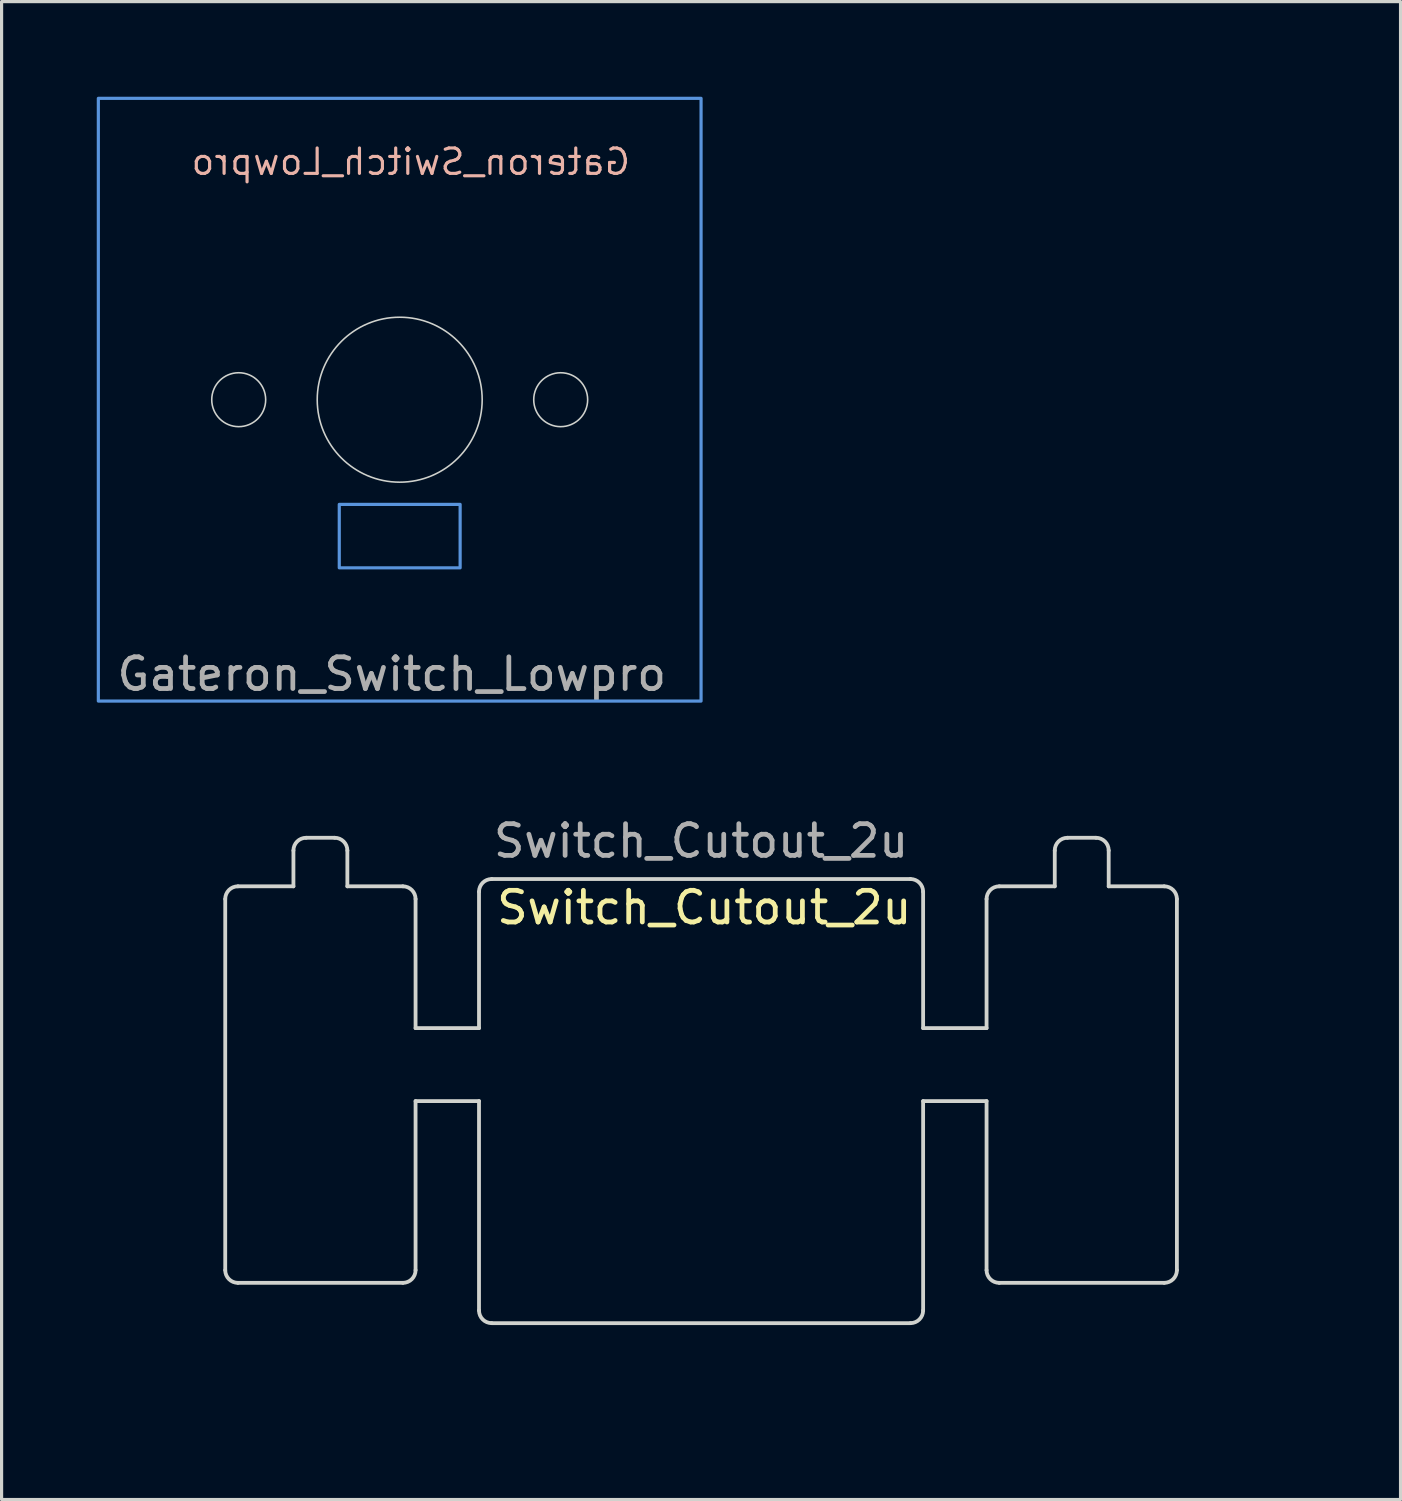
<source format=kicad_pcb>
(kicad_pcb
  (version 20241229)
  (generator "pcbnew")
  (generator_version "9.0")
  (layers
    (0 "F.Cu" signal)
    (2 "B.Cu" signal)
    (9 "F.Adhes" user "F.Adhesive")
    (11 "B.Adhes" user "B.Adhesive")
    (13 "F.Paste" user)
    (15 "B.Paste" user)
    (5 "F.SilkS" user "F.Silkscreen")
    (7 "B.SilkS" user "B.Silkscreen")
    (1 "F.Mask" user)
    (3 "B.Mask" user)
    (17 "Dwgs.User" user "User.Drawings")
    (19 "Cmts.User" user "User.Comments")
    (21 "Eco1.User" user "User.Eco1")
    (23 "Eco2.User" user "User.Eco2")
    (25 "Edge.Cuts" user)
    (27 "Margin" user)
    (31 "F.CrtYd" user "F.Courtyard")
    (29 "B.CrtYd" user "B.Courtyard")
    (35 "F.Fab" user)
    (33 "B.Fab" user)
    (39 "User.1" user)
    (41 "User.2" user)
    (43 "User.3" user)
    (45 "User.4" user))
  (footprint "Gateron_Switch_Lowpro"
    (layer "F.Cu")
    (at 9.55 9.55)
    (property "Reference" "Gateron_Switch_Lowpro" (at 0.35 -7.5 0) (unlocked yes) (layer "B.SilkS") (effects (font (size 0.8 0.8) (thickness 0.1)) (justify mirror)))
    (attr smd)
    (fp_rect (start -9.5 -9.5) (end 9.5 9.5) (stroke (width 0.1) (type solid)) (fill no) (layer "Cmts.User"))
    (fp_rect (start -1.905 3.3) (end 1.905 5.3) (stroke (width 0.1) (type solid)) (fill no) (layer "Cmts.User"))
    (fp_circle (center -5.075 0) (end -4.225 0) (stroke (width 0.05) (type solid)) (fill no) (layer "Edge.Cuts"))
    (fp_circle (center 0 0) (end 2.6 0) (stroke (width 0.05) (type solid)) (fill no) (layer "Edge.Cuts"))
    (fp_circle (center 5.075 0) (end 5.925 0) (stroke (width 0.05) (type solid)) (fill no) (layer "Edge.Cuts"))
    (fp_rect (start -2.5 -6) (end 2.5 -3.5) (stroke (width 0.1) (type solid)) (fill no) (layer "User.2"))
    (fp_circle (center -5.075 0) (end -4.125 0) (stroke (width 0.05) (type solid)) (fill no) (layer "User.3"))
    (fp_circle (center -1.3 4.3) (end 1.4 4.3) (stroke (width 0.1) (type solid)) (fill no) (layer "User.3"))
    (fp_circle (center 0 -4.75) (end 2.7 -4.75) (stroke (width 0.1) (type solid)) (fill no) (layer "User.3"))
    (fp_circle (center 0 0) (end 2.7 0) (stroke (width 0.1) (type solid)) (fill no) (layer "User.3"))
    (fp_circle (center 0 4.3) (end 2.7 4.3) (stroke (width 0.1) (type solid)) (fill no) (layer "User.3"))
    (fp_circle (center 1.3 4.3) (end 4 4.3) (stroke (width 0.1) (type solid)) (fill no) (layer "User.3"))
    (fp_circle (center 5.075 0) (end 6.025 0) (stroke (width 0.05) (type solid)) (fill no) (layer "User.3"))
    (fp_line (start -7 -6.6) (end -7 6.6) (stroke (width 0.12) (type solid)) (layer "User.4"))
    (fp_line (start -6.6 -7) (end 6.6 -7) (stroke (width 0.12) (type solid)) (layer "User.4"))
    (fp_line (start -6.6 7) (end 6.6 7) (stroke (width 0.12) (type solid)) (layer "User.4"))
    (fp_line (start 7 -6.6) (end 7 6.6) (stroke (width 0.12) (type solid)) (layer "User.4"))
    (fp_arc (start -7 -6.6) (mid -6.882843 -6.882843) (end -6.6 -7) (stroke (width 0.12) (type solid)) (layer "User.4"))
    (fp_arc (start -6.6 7) (mid -6.882843 6.882843) (end -7 6.6) (stroke (width 0.12) (type solid)) (layer "User.4"))
    (fp_arc (start 6.6 -7) (mid 6.882843 -6.882843) (end 7 -6.6) (stroke (width 0.12) (type solid)) (layer "User.4"))
    (fp_arc (start 7 6.6) (mid 6.882843 6.882843) (end 6.6 7) (stroke (width 0.12) (type solid)) (layer "User.4"))
    (fp_text user "${REFERENCE}" (at -0.25 8.65 0) (unlocked yes) (layer "F.Fab") (effects (font (size 1 1) (thickness 0.15))))
    (zone (net_name "") (layers "F.Cu" "B.Cu") (hatch edge 0.5) (connect_pads) (min_thickness 0.25) (filled_areas_thickness no) (keepout (tracks allowed) (vias allowed) (pads allowed) (copperpour not_allowed) (footprints allowed)) (placement (enabled no)) (fill) (polygon (pts (xy 16.55 9.55) (xy 16.6 13.65) (xy 12.8 13.65) (xy 12.8 15.15) (xy 16.5 15.15) (xy 16.55 18.1) (xy 2.55 18.1) (xy 2.55 9.55) (xy 5.75 9.55) (xy 5.75 11.55) (xy 5.3 12.65) (xy 5.8 13.55) (xy 6.7 13.55) (xy 7.3 13.15) (xy 7.27 12.45) (xy 6.45 11.5) (xy 6.45 9.55)))))
  (footprint "Switch_Cutout_2u"
    (layer "F.Cu")
    (at 19.05 31.66)
    (property "Reference" "Switch_Cutout_2u" (at 0.1 -6.1 0) (layer "F.SilkS") (effects (font (size 1 1) (thickness 0.15))))
    (attr through_hole)
    (fp_line (start -15 -6.37) (end -15 5.33) (stroke (width 0.12) (type solid)) (layer "Edge.Cuts"))
    (fp_line (start -14.6 5.73) (end -9.4 5.73) (stroke (width 0.12) (type solid)) (layer "Edge.Cuts"))
    (fp_line (start -12.85 -7.9) (end -12.85 -6.77) (stroke (width 0.12) (type solid)) (layer "Edge.Cuts"))
    (fp_line (start -12.85 -6.77) (end -14.6 -6.77) (stroke (width 0.12) (type solid)) (layer "Edge.Cuts"))
    (fp_line (start -12.45 -8.3) (end -11.55 -8.3) (stroke (width 0.12) (type solid)) (layer "Edge.Cuts"))
    (fp_line (start -11.15 -7.9) (end -11.15 -6.77) (stroke (width 0.12) (type solid)) (layer "Edge.Cuts"))
    (fp_line (start -9.4 -6.77) (end -11.15 -6.77) (stroke (width 0.12) (type solid)) (layer "Edge.Cuts"))
    (fp_line (start -9 -6.37) (end -9 -2.3) (stroke (width 0.12) (type solid)) (layer "Edge.Cuts"))
    (fp_line (start -9 0) (end -9 5.33) (stroke (width 0.12) (type solid)) (layer "Edge.Cuts"))
    (fp_line (start -7 -6.6) (end -7 -2.3) (stroke (width 0.12) (type solid)) (layer "Edge.Cuts"))
    (fp_line (start -7 -2.3) (end -9 -2.3) (stroke (width 0.12) (type solid)) (layer "Edge.Cuts"))
    (fp_line (start -7 0) (end -9 0) (stroke (width 0.12) (type solid)) (layer "Edge.Cuts"))
    (fp_line (start -7 6.6) (end -7 0) (stroke (width 0.12) (type solid)) (layer "Edge.Cuts"))
    (fp_line (start -6.6 -7) (end 6.6 -7) (stroke (width 0.12) (type solid)) (layer "Edge.Cuts"))
    (fp_line (start -6.6 7) (end 6.6 7) (stroke (width 0.12) (type solid)) (layer "Edge.Cuts"))
    (fp_line (start 7 -6.6) (end 7 -2.3) (stroke (width 0.12) (type solid)) (layer "Edge.Cuts"))
    (fp_line (start 7 0) (end 7 6.6) (stroke (width 0.12) (type solid)) (layer "Edge.Cuts"))
    (fp_line (start 9 -6.37) (end 9 -2.3) (stroke (width 0.12) (type solid)) (layer "Edge.Cuts"))
    (fp_line (start 9 -2.3) (end 7 -2.3) (stroke (width 0.12) (type solid)) (layer "Edge.Cuts"))
    (fp_line (start 9 0) (end 7 0) (stroke (width 0.12) (type solid)) (layer "Edge.Cuts"))
    (fp_line (start 9 0) (end 9 5.33) (stroke (width 0.12) (type solid)) (layer "Edge.Cuts"))
    (fp_line (start 9.4 5.73) (end 14.6 5.73) (stroke (width 0.12) (type solid)) (layer "Edge.Cuts"))
    (fp_line (start 11.15 -7.9) (end 11.15 -6.77) (stroke (width 0.12) (type solid)) (layer "Edge.Cuts"))
    (fp_line (start 11.15 -6.77) (end 9.4 -6.77) (stroke (width 0.12) (type solid)) (layer "Edge.Cuts"))
    (fp_line (start 11.55 -8.3) (end 12.45 -8.3) (stroke (width 0.12) (type solid)) (layer "Edge.Cuts"))
    (fp_line (start 12.85 -7.9) (end 12.85 -6.77) (stroke (width 0.12) (type solid)) (layer "Edge.Cuts"))
    (fp_line (start 14.6 -6.77) (end 12.85 -6.77) (stroke (width 0.12) (type solid)) (layer "Edge.Cuts"))
    (fp_line (start 15 -6.37) (end 15 5.33) (stroke (width 0.12) (type solid)) (layer "Edge.Cuts"))
    (fp_arc (start -15 -6.37) (mid -14.882843 -6.652843) (end -14.6 -6.77) (stroke (width 0.12) (type solid)) (layer "Edge.Cuts"))
    (fp_arc (start -14.6 5.73) (mid -14.882843 5.612843) (end -15 5.33) (stroke (width 0.12) (type solid)) (layer "Edge.Cuts"))
    (fp_arc (start -12.85 -7.9) (mid -12.732843 -8.182843) (end -12.45 -8.3) (stroke (width 0.12) (type solid)) (layer "Edge.Cuts"))
    (fp_arc (start -11.55 -8.3) (mid -11.267157 -8.182842) (end -11.15 -7.899999) (stroke (width 0.12) (type solid)) (layer "Edge.Cuts"))
    (fp_arc (start -9.4 -6.77) (mid -9.117157 -6.652843) (end -9 -6.37) (stroke (width 0.12) (type solid)) (layer "Edge.Cuts"))
    (fp_arc (start -9 5.33) (mid -9.117157 5.612843) (end -9.4 5.73) (stroke (width 0.12) (type solid)) (layer "Edge.Cuts"))
    (fp_arc (start -7 -6.6) (mid -6.882843 -6.882843) (end -6.6 -7) (stroke (width 0.12) (type solid)) (layer "Edge.Cuts"))
    (fp_arc (start -6.6 7) (mid -6.882843 6.882843) (end -7 6.6) (stroke (width 0.12) (type solid)) (layer "Edge.Cuts"))
    (fp_arc (start 6.6 -7) (mid 6.882843 -6.882843) (end 7 -6.6) (stroke (width 0.12) (type solid)) (layer "Edge.Cuts"))
    (fp_arc (start 7 6.6) (mid 6.882843 6.882843) (end 6.6 7) (stroke (width 0.12) (type solid)) (layer "Edge.Cuts"))
    (fp_arc (start 9 -6.37) (mid 9.117157 -6.652843) (end 9.4 -6.77) (stroke (width 0.12) (type solid)) (layer "Edge.Cuts"))
    (fp_arc (start 9.4 5.73) (mid 9.117157 5.612843) (end 9 5.33) (stroke (width 0.12) (type solid)) (layer "Edge.Cuts"))
    (fp_arc (start 11.15 -7.9) (mid 11.267157 -8.182843) (end 11.55 -8.3) (stroke (width 0.12) (type solid)) (layer "Edge.Cuts"))
    (fp_arc (start 12.45 -8.3) (mid 12.732843 -8.182843) (end 12.85 -7.9) (stroke (width 0.12) (type solid)) (layer "Edge.Cuts"))
    (fp_arc (start 14.6 -6.77) (mid 14.882843 -6.652843) (end 15 -6.37) (stroke (width 0.12) (type solid)) (layer "Edge.Cuts"))
    (fp_arc (start 15 5.33) (mid 14.882843 5.612843) (end 14.6 5.73) (stroke (width 0.12) (type solid)) (layer "Edge.Cuts"))
    (fp_rect (start -19 -9.5) (end 19 9.5) (stroke (width 0.1) (type default)) (fill no) (layer "User.2"))
    (fp_rect (start 9.5 -9.5) (end -9.5 9.5) (stroke (width 0.12) (type solid)) (fill no) (layer "User.3"))
    (fp_text user "${REFERENCE}" (at 0 -8.2 0) (layer "F.Fab") (effects (font (size 1 1) (thickness 0.15)))))
  (gr_rect
    (start -3 -3)
    (end 41.1 44.22)
    (stroke (width 0.1) (type default))
    (fill no)
    (layer "Edge.Cuts")))
</source>
